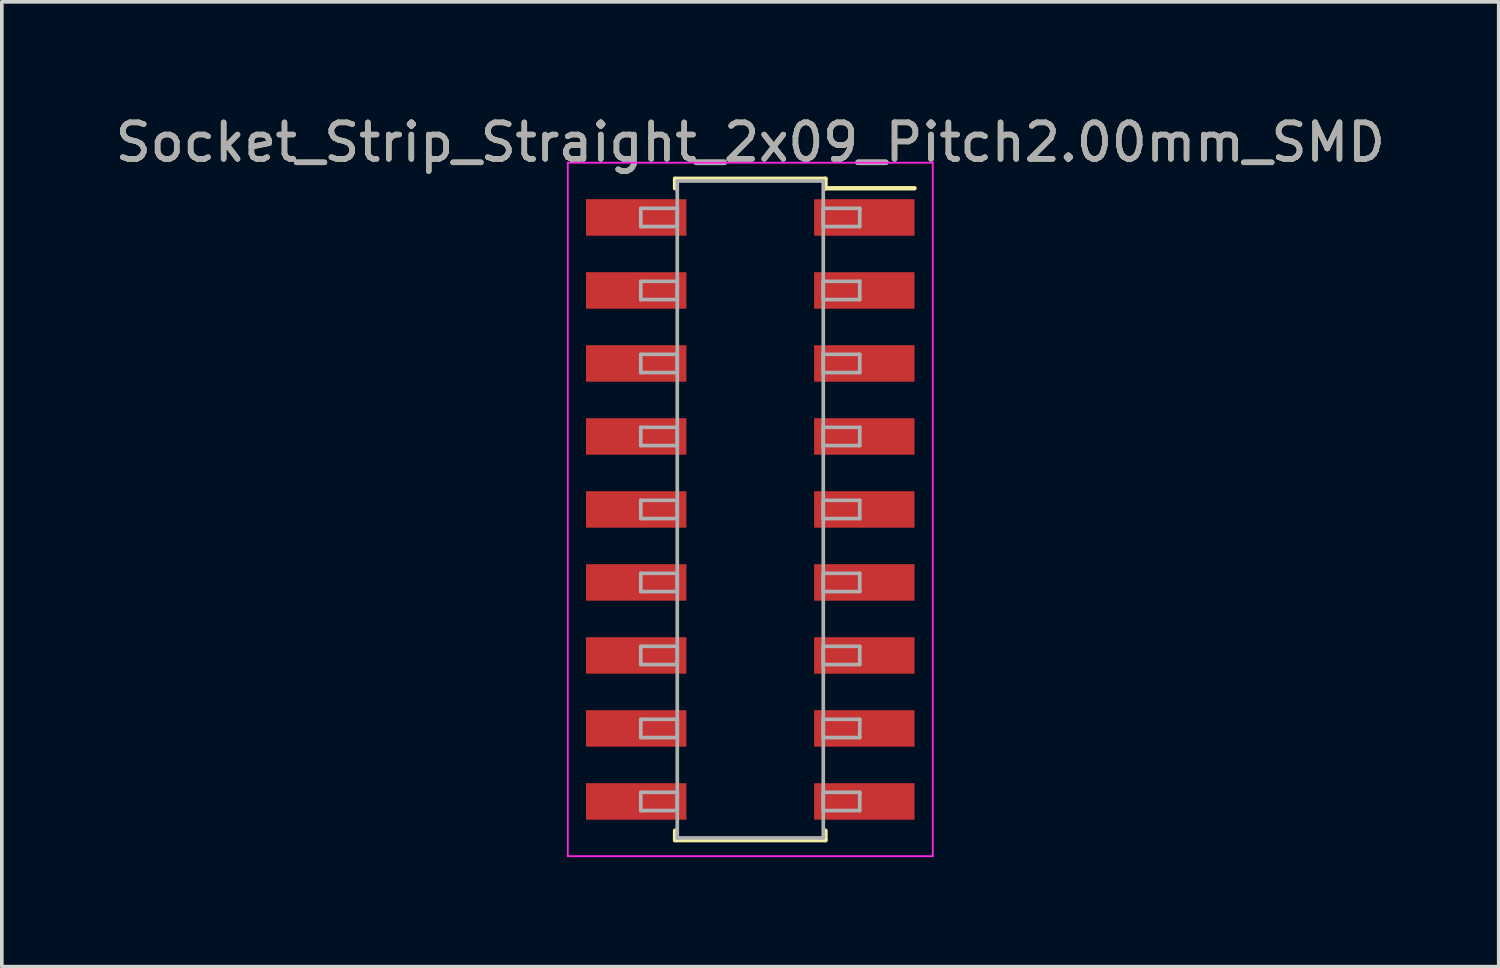
<source format=kicad_pcb>
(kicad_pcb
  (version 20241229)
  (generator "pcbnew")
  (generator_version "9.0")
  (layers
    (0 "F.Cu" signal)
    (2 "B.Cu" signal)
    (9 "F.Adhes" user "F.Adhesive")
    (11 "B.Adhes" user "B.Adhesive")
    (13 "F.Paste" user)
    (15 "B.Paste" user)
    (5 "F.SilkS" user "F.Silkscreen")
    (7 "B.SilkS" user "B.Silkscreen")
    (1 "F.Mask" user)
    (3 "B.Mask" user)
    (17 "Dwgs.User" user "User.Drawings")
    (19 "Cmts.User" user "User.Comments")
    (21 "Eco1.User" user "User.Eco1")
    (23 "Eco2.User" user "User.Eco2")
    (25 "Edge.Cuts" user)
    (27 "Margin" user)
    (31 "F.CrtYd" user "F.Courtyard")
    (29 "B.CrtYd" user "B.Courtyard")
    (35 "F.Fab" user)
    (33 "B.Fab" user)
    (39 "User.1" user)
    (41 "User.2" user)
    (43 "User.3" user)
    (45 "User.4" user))
  (footprint "Socket_Strip_Straight_2x09_Pitch2.00mm_SMD"
    (layer "F.Cu")
    (at 17.506 10.908)
    (property "Reference" "Socket_Strip_Straight_2x09_Pitch2.00mm_SMD" (at 0 -10.06 0) (layer "F.SilkS") (effects (font (size 1 1) (thickness 0.15))))
    (attr smd)
    (fp_line (start -2.06 -9.06) (end 2.06 -9.06) (stroke (width 0.12) (type solid)) (layer "F.SilkS"))
    (fp_line (start -2.06 -8.8) (end -2.06 -9.06) (stroke (width 0.12) (type solid)) (layer "F.SilkS"))
    (fp_line (start -2.06 8.8) (end -2.06 9.06) (stroke (width 0.12) (type solid)) (layer "F.SilkS"))
    (fp_line (start -2.06 9.06) (end 2.06 9.06) (stroke (width 0.12) (type solid)) (layer "F.SilkS"))
    (fp_line (start 2.06 -9.06) (end 2.06 -8.8) (stroke (width 0.12) (type solid)) (layer "F.SilkS"))
    (fp_line (start 2.06 9.06) (end 2.06 8.8) (stroke (width 0.12) (type solid)) (layer "F.SilkS"))
    (fp_line (start 4.5 -8.8) (end 2.06 -8.8) (stroke (width 0.12) (type solid)) (layer "F.SilkS"))
    (fp_line (start -5 -9.5) (end -5 9.5) (stroke (width 0.05) (type solid)) (layer "F.CrtYd"))
    (fp_line (start -5 9.5) (end 5 9.5) (stroke (width 0.05) (type solid)) (layer "F.CrtYd"))
    (fp_line (start 5 -9.5) (end -5 -9.5) (stroke (width 0.05) (type solid)) (layer "F.CrtYd"))
    (fp_line (start 5 9.5) (end 5 -9.5) (stroke (width 0.05) (type solid)) (layer "F.CrtYd"))
    (fp_line (start -3 -8.25) (end -2 -8.25) (stroke (width 0.1) (type solid)) (layer "F.Fab"))
    (fp_line (start -3 -7.75) (end -3 -8.25) (stroke (width 0.1) (type solid)) (layer "F.Fab"))
    (fp_line (start -3 -6.25) (end -2 -6.25) (stroke (width 0.1) (type solid)) (layer "F.Fab"))
    (fp_line (start -3 -5.75) (end -3 -6.25) (stroke (width 0.1) (type solid)) (layer "F.Fab"))
    (fp_line (start -3 -4.25) (end -2 -4.25) (stroke (width 0.1) (type solid)) (layer "F.Fab"))
    (fp_line (start -3 -3.75) (end -3 -4.25) (stroke (width 0.1) (type solid)) (layer "F.Fab"))
    (fp_line (start -3 -2.25) (end -2 -2.25) (stroke (width 0.1) (type solid)) (layer "F.Fab"))
    (fp_line (start -3 -1.75) (end -3 -2.25) (stroke (width 0.1) (type solid)) (layer "F.Fab"))
    (fp_line (start -3 -0.25) (end -2 -0.25) (stroke (width 0.1) (type solid)) (layer "F.Fab"))
    (fp_line (start -3 0.25) (end -3 -0.25) (stroke (width 0.1) (type solid)) (layer "F.Fab"))
    (fp_line (start -3 1.75) (end -2 1.75) (stroke (width 0.1) (type solid)) (layer "F.Fab"))
    (fp_line (start -3 2.25) (end -3 1.75) (stroke (width 0.1) (type solid)) (layer "F.Fab"))
    (fp_line (start -3 3.75) (end -2 3.75) (stroke (width 0.1) (type solid)) (layer "F.Fab"))
    (fp_line (start -3 4.25) (end -3 3.75) (stroke (width 0.1) (type solid)) (layer "F.Fab"))
    (fp_line (start -3 5.75) (end -2 5.75) (stroke (width 0.1) (type solid)) (layer "F.Fab"))
    (fp_line (start -3 6.25) (end -3 5.75) (stroke (width 0.1) (type solid)) (layer "F.Fab"))
    (fp_line (start -3 7.75) (end -2 7.75) (stroke (width 0.1) (type solid)) (layer "F.Fab"))
    (fp_line (start -3 8.25) (end -3 7.75) (stroke (width 0.1) (type solid)) (layer "F.Fab"))
    (fp_line (start -2 -9) (end -2 9) (stroke (width 0.1) (type solid)) (layer "F.Fab"))
    (fp_line (start -2 -8.25) (end -2 -7.75) (stroke (width 0.1) (type solid)) (layer "F.Fab"))
    (fp_line (start -2 -7.75) (end -3 -7.75) (stroke (width 0.1) (type solid)) (layer "F.Fab"))
    (fp_line (start -2 -6.25) (end -2 -5.75) (stroke (width 0.1) (type solid)) (layer "F.Fab"))
    (fp_line (start -2 -5.75) (end -3 -5.75) (stroke (width 0.1) (type solid)) (layer "F.Fab"))
    (fp_line (start -2 -4.25) (end -2 -3.75) (stroke (width 0.1) (type solid)) (layer "F.Fab"))
    (fp_line (start -2 -3.75) (end -3 -3.75) (stroke (width 0.1) (type solid)) (layer "F.Fab"))
    (fp_line (start -2 -2.25) (end -2 -1.75) (stroke (width 0.1) (type solid)) (layer "F.Fab"))
    (fp_line (start -2 -1.75) (end -3 -1.75) (stroke (width 0.1) (type solid)) (layer "F.Fab"))
    (fp_line (start -2 -0.25) (end -2 0.25) (stroke (width 0.1) (type solid)) (layer "F.Fab"))
    (fp_line (start -2 0.25) (end -3 0.25) (stroke (width 0.1) (type solid)) (layer "F.Fab"))
    (fp_line (start -2 1.75) (end -2 2.25) (stroke (width 0.1) (type solid)) (layer "F.Fab"))
    (fp_line (start -2 2.25) (end -3 2.25) (stroke (width 0.1) (type solid)) (layer "F.Fab"))
    (fp_line (start -2 3.75) (end -2 4.25) (stroke (width 0.1) (type solid)) (layer "F.Fab"))
    (fp_line (start -2 4.25) (end -3 4.25) (stroke (width 0.1) (type solid)) (layer "F.Fab"))
    (fp_line (start -2 5.75) (end -2 6.25) (stroke (width 0.1) (type solid)) (layer "F.Fab"))
    (fp_line (start -2 6.25) (end -3 6.25) (stroke (width 0.1) (type solid)) (layer "F.Fab"))
    (fp_line (start -2 7.75) (end -2 8.25) (stroke (width 0.1) (type solid)) (layer "F.Fab"))
    (fp_line (start -2 8.25) (end -3 8.25) (stroke (width 0.1) (type solid)) (layer "F.Fab"))
    (fp_line (start -2 9) (end 2 9) (stroke (width 0.1) (type solid)) (layer "F.Fab"))
    (fp_line (start 2 -9) (end -2 -9) (stroke (width 0.1) (type solid)) (layer "F.Fab"))
    (fp_line (start 2 -8.25) (end 2 -7.75) (stroke (width 0.1) (type solid)) (layer "F.Fab"))
    (fp_line (start 2 -7.75) (end 3 -7.75) (stroke (width 0.1) (type solid)) (layer "F.Fab"))
    (fp_line (start 2 -6.25) (end 2 -5.75) (stroke (width 0.1) (type solid)) (layer "F.Fab"))
    (fp_line (start 2 -5.75) (end 3 -5.75) (stroke (width 0.1) (type solid)) (layer "F.Fab"))
    (fp_line (start 2 -4.25) (end 2 -3.75) (stroke (width 0.1) (type solid)) (layer "F.Fab"))
    (fp_line (start 2 -3.75) (end 3 -3.75) (stroke (width 0.1) (type solid)) (layer "F.Fab"))
    (fp_line (start 2 -2.25) (end 2 -1.75) (stroke (width 0.1) (type solid)) (layer "F.Fab"))
    (fp_line (start 2 -1.75) (end 3 -1.75) (stroke (width 0.1) (type solid)) (layer "F.Fab"))
    (fp_line (start 2 -0.25) (end 2 0.25) (stroke (width 0.1) (type solid)) (layer "F.Fab"))
    (fp_line (start 2 0.25) (end 3 0.25) (stroke (width 0.1) (type solid)) (layer "F.Fab"))
    (fp_line (start 2 1.75) (end 2 2.25) (stroke (width 0.1) (type solid)) (layer "F.Fab"))
    (fp_line (start 2 2.25) (end 3 2.25) (stroke (width 0.1) (type solid)) (layer "F.Fab"))
    (fp_line (start 2 3.75) (end 2 4.25) (stroke (width 0.1) (type solid)) (layer "F.Fab"))
    (fp_line (start 2 4.25) (end 3 4.25) (stroke (width 0.1) (type solid)) (layer "F.Fab"))
    (fp_line (start 2 5.75) (end 2 6.25) (stroke (width 0.1) (type solid)) (layer "F.Fab"))
    (fp_line (start 2 6.25) (end 3 6.25) (stroke (width 0.1) (type solid)) (layer "F.Fab"))
    (fp_line (start 2 7.75) (end 2 8.25) (stroke (width 0.1) (type solid)) (layer "F.Fab"))
    (fp_line (start 2 8.25) (end 3 8.25) (stroke (width 0.1) (type solid)) (layer "F.Fab"))
    (fp_line (start 2 9) (end 2 -9) (stroke (width 0.1) (type solid)) (layer "F.Fab"))
    (fp_line (start 3 -8.25) (end 2 -8.25) (stroke (width 0.1) (type solid)) (layer "F.Fab"))
    (fp_line (start 3 -7.75) (end 3 -8.25) (stroke (width 0.1) (type solid)) (layer "F.Fab"))
    (fp_line (start 3 -6.25) (end 2 -6.25) (stroke (width 0.1) (type solid)) (layer "F.Fab"))
    (fp_line (start 3 -5.75) (end 3 -6.25) (stroke (width 0.1) (type solid)) (layer "F.Fab"))
    (fp_line (start 3 -4.25) (end 2 -4.25) (stroke (width 0.1) (type solid)) (layer "F.Fab"))
    (fp_line (start 3 -3.75) (end 3 -4.25) (stroke (width 0.1) (type solid)) (layer "F.Fab"))
    (fp_line (start 3 -2.25) (end 2 -2.25) (stroke (width 0.1) (type solid)) (layer "F.Fab"))
    (fp_line (start 3 -1.75) (end 3 -2.25) (stroke (width 0.1) (type solid)) (layer "F.Fab"))
    (fp_line (start 3 -0.25) (end 2 -0.25) (stroke (width 0.1) (type solid)) (layer "F.Fab"))
    (fp_line (start 3 0.25) (end 3 -0.25) (stroke (width 0.1) (type solid)) (layer "F.Fab"))
    (fp_line (start 3 1.75) (end 2 1.75) (stroke (width 0.1) (type solid)) (layer "F.Fab"))
    (fp_line (start 3 2.25) (end 3 1.75) (stroke (width 0.1) (type solid)) (layer "F.Fab"))
    (fp_line (start 3 3.75) (end 2 3.75) (stroke (width 0.1) (type solid)) (layer "F.Fab"))
    (fp_line (start 3 4.25) (end 3 3.75) (stroke (width 0.1) (type solid)) (layer "F.Fab"))
    (fp_line (start 3 5.75) (end 2 5.75) (stroke (width 0.1) (type solid)) (layer "F.Fab"))
    (fp_line (start 3 6.25) (end 3 5.75) (stroke (width 0.1) (type solid)) (layer "F.Fab"))
    (fp_line (start 3 7.75) (end 2 7.75) (stroke (width 0.1) (type solid)) (layer "F.Fab"))
    (fp_line (start 3 8.25) (end 3 7.75) (stroke (width 0.1) (type solid)) (layer "F.Fab"))
    (fp_text user "${REFERENCE}" (at 0 -10.06 0) (layer "F.Fab") (effects (font (size 1 1) (thickness 0.15))))
    (pad "1" smd rect (at 3.125 -8) (size 2.75 1) (layers "F.Cu" "F.Mask" "F.Paste"))
    (pad "2" smd rect (at -3.125 -8) (size 2.75 1) (layers "F.Cu" "F.Mask" "F.Paste"))
    (pad "3" smd rect (at 3.125 -6) (size 2.75 1) (layers "F.Cu" "F.Mask" "F.Paste"))
    (pad "4" smd rect (at -3.125 -6) (size 2.75 1) (layers "F.Cu" "F.Mask" "F.Paste"))
    (pad "5" smd rect (at 3.125 -4) (size 2.75 1) (layers "F.Cu" "F.Mask" "F.Paste"))
    (pad "6" smd rect (at -3.125 -4) (size 2.75 1) (layers "F.Cu" "F.Mask" "F.Paste"))
    (pad "7" smd rect (at 3.125 -2) (size 2.75 1) (layers "F.Cu" "F.Mask" "F.Paste"))
    (pad "8" smd rect (at -3.125 -2) (size 2.75 1) (layers "F.Cu" "F.Mask" "F.Paste"))
    (pad "9" smd rect (at 3.125 0) (size 2.75 1) (layers "F.Cu" "F.Mask" "F.Paste"))
    (pad "10" smd rect (at -3.125 0) (size 2.75 1) (layers "F.Cu" "F.Mask" "F.Paste"))
    (pad "11" smd rect (at 3.125 2) (size 2.75 1) (layers "F.Cu" "F.Mask" "F.Paste"))
    (pad "12" smd rect (at -3.125 2) (size 2.75 1) (layers "F.Cu" "F.Mask" "F.Paste"))
    (pad "13" smd rect (at 3.125 4) (size 2.75 1) (layers "F.Cu" "F.Mask" "F.Paste"))
    (pad "14" smd rect (at -3.125 4) (size 2.75 1) (layers "F.Cu" "F.Mask" "F.Paste"))
    (pad "15" smd rect (at 3.125 6) (size 2.75 1) (layers "F.Cu" "F.Mask" "F.Paste"))
    (pad "16" smd rect (at -3.125 6) (size 2.75 1) (layers "F.Cu" "F.Mask" "F.Paste"))
    (pad "17" smd rect (at 3.125 8) (size 2.75 1) (layers "F.Cu" "F.Mask" "F.Paste"))
    (pad "18" smd rect (at -3.125 8) (size 2.75 1) (layers "F.Cu" "F.Mask" "F.Paste")))
  (gr_rect
    (start -3 -3)
    (end 38.012 23.433)
    (stroke (width 0.1) (type default))
    (fill no)
    (layer "Edge.Cuts")))
</source>
